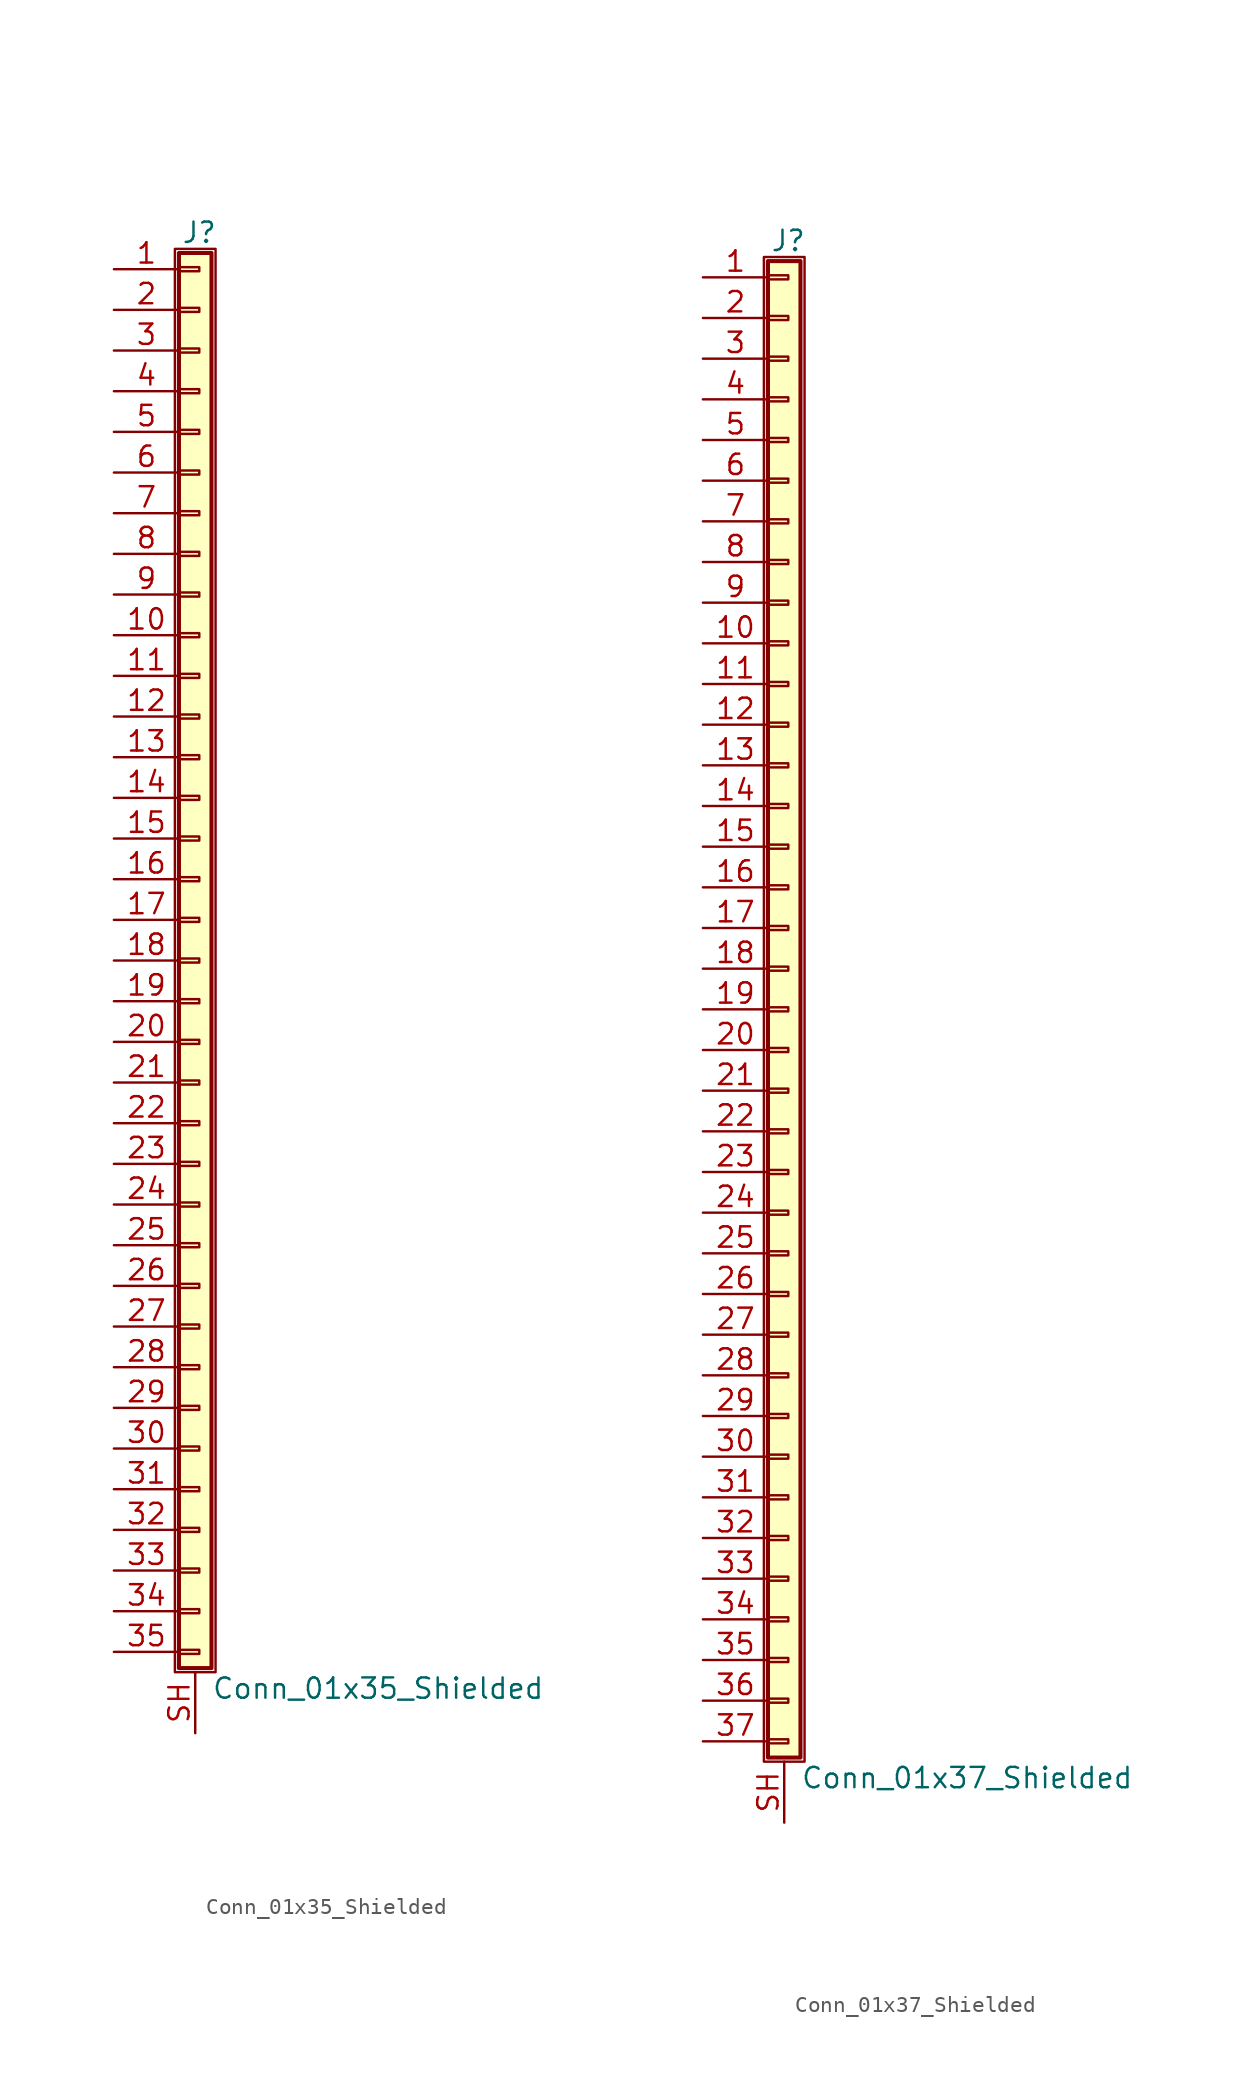
<source format=kicad_sym>
(kicad_symbol_lib
  (version 20220914)
  (generator kicad_symbol_editor)
  (symbol "Conn_01x35_Shielded"
    (pin_names
      (offset 1.016) hide)
    (property "Reference" "J"
      (at 0.254 45.466 0)
      (effects (font (size 1.27 1.27))))
    (property "Value" "Conn_01x35_Shielded"
      (at 1.016 -45.466 0)
      (effects (font (size 1.27 1.27)) (justify left)))
    (symbol "Conn_01x35_Shielded_1_1"
      (rectangle (start -1.27 44.45) (end 1.27 -44.45) (stroke (width 0.152) (type default)) (fill (type none)))
      (rectangle (start -1.016 -43.053) (end 0.254 -43.307) (stroke (width 0.152) (type default)) (fill (type none)))
      (rectangle (start -1.016 -40.513) (end 0.254 -40.767) (stroke (width 0.152) (type default)) (fill (type none)))
      (rectangle (start -1.016 -37.973) (end 0.254 -38.227) (stroke (width 0.152) (type default)) (fill (type none)))
      (rectangle (start -1.016 -35.433) (end 0.254 -35.687) (stroke (width 0.152) (type default)) (fill (type none)))
      (rectangle (start -1.016 -32.893) (end 0.254 -33.147) (stroke (width 0.152) (type default)) (fill (type none)))
      (rectangle (start -1.016 -30.353) (end 0.254 -30.607) (stroke (width 0.152) (type default)) (fill (type none)))
      (rectangle (start -1.016 -27.813) (end 0.254 -28.067) (stroke (width 0.152) (type default)) (fill (type none)))
      (rectangle (start -1.016 -25.273) (end 0.254 -25.527) (stroke (width 0.152) (type default)) (fill (type none)))
      (rectangle (start -1.016 -22.733) (end 0.254 -22.987) (stroke (width 0.152) (type default)) (fill (type none)))
      (rectangle (start -1.016 -20.193) (end 0.254 -20.447) (stroke (width 0.152) (type default)) (fill (type none)))
      (rectangle (start -1.016 -17.653) (end 0.254 -17.907) (stroke (width 0.152) (type default)) (fill (type none)))
      (rectangle (start -1.016 -15.113) (end 0.254 -15.367) (stroke (width 0.152) (type default)) (fill (type none)))
      (rectangle (start -1.016 -12.573) (end 0.254 -12.827) (stroke (width 0.152) (type default)) (fill (type none)))
      (rectangle (start -1.016 -10.033) (end 0.254 -10.287) (stroke (width 0.152) (type default)) (fill (type none)))
      (rectangle (start -1.016 -7.493) (end 0.254 -7.747) (stroke (width 0.152) (type default)) (fill (type none)))
      (rectangle (start -1.016 -4.953) (end 0.254 -5.207) (stroke (width 0.152) (type default)) (fill (type none)))
      (rectangle (start -1.016 -2.413) (end 0.254 -2.667) (stroke (width 0.152) (type default)) (fill (type none)))
      (rectangle (start -1.016 0.127) (end 0.254 -0.127) (stroke (width 0.152) (type default)) (fill (type none)))
      (rectangle (start -1.016 2.667) (end 0.254 2.413) (stroke (width 0.152) (type default)) (fill (type none)))
      (rectangle (start -1.016 5.207) (end 0.254 4.953) (stroke (width 0.152) (type default)) (fill (type none)))
      (rectangle (start -1.016 7.747) (end 0.254 7.493) (stroke (width 0.152) (type default)) (fill (type none)))
      (rectangle (start -1.016 10.287) (end 0.254 10.033) (stroke (width 0.152) (type default)) (fill (type none)))
      (rectangle (start -1.016 12.827) (end 0.254 12.573) (stroke (width 0.152) (type default)) (fill (type none)))
      (rectangle (start -1.016 15.367) (end 0.254 15.113) (stroke (width 0.152) (type default)) (fill (type none)))
      (rectangle (start -1.016 17.907) (end 0.254 17.653) (stroke (width 0.152) (type default)) (fill (type none)))
      (rectangle (start -1.016 20.447) (end 0.254 20.193) (stroke (width 0.152) (type default)) (fill (type none)))
      (rectangle (start -1.016 22.987) (end 0.254 22.733) (stroke (width 0.152) (type default)) (fill (type none)))
      (rectangle (start -1.016 25.527) (end 0.254 25.273) (stroke (width 0.152) (type default)) (fill (type none)))
      (rectangle (start -1.016 28.067) (end 0.254 27.813) (stroke (width 0.152) (type default)) (fill (type none)))
      (rectangle (start -1.016 30.607) (end 0.254 30.353) (stroke (width 0.152) (type default)) (fill (type none)))
      (rectangle (start -1.016 33.147) (end 0.254 32.893) (stroke (width 0.152) (type default)) (fill (type none)))
      (rectangle (start -1.016 35.687) (end 0.254 35.433) (stroke (width 0.152) (type default)) (fill (type none)))
      (rectangle (start -1.016 38.227) (end 0.254 37.973) (stroke (width 0.152) (type default)) (fill (type none)))
      (rectangle (start -1.016 40.767) (end 0.254 40.513) (stroke (width 0.152) (type default)) (fill (type none)))
      (rectangle (start -1.016 43.307) (end 0.254 43.053) (stroke (width 0.152) (type default)) (fill (type none)))
      (rectangle (start -1.016 44.196) (end 1.016 -44.196) (stroke (width 0.254) (type default)) (fill (type background)))
      (pin passive line (at -5.08 43.18 0) (length 4.064) (name "Pin_1" (effects (font (size 1.27 1.27)))) (number "1" (effects (font (size 1.27 1.27)))))
      (pin passive line (at -5.08 20.32 0) (length 4.064) (name "Pin_10" (effects (font (size 1.27 1.27)))) (number "10" (effects (font (size 1.27 1.27)))))
      (pin passive line (at -5.08 17.78 0) (length 4.064) (name "Pin_11" (effects (font (size 1.27 1.27)))) (number "11" (effects (font (size 1.27 1.27)))))
      (pin passive line (at -5.08 15.24 0) (length 4.064) (name "Pin_12" (effects (font (size 1.27 1.27)))) (number "12" (effects (font (size 1.27 1.27)))))
      (pin passive line (at -5.08 12.7 0) (length 4.064) (name "Pin_13" (effects (font (size 1.27 1.27)))) (number "13" (effects (font (size 1.27 1.27)))))
      (pin passive line (at -5.08 10.16 0) (length 4.064) (name "Pin_14" (effects (font (size 1.27 1.27)))) (number "14" (effects (font (size 1.27 1.27)))))
      (pin passive line (at -5.08 7.62 0) (length 4.064) (name "Pin_15" (effects (font (size 1.27 1.27)))) (number "15" (effects (font (size 1.27 1.27)))))
      (pin passive line (at -5.08 5.08 0) (length 4.064) (name "Pin_16" (effects (font (size 1.27 1.27)))) (number "16" (effects (font (size 1.27 1.27)))))
      (pin passive line (at -5.08 2.54 0) (length 4.064) (name "Pin_17" (effects (font (size 1.27 1.27)))) (number "17" (effects (font (size 1.27 1.27)))))
      (pin passive line (at -5.08 0 0) (length 4.064) (name "Pin_18" (effects (font (size 1.27 1.27)))) (number "18" (effects (font (size 1.27 1.27)))))
      (pin passive line (at -5.08 -2.54 0) (length 4.064) (name "Pin_19" (effects (font (size 1.27 1.27)))) (number "19" (effects (font (size 1.27 1.27)))))
      (pin passive line (at -5.08 40.64 0) (length 4.064) (name "Pin_2" (effects (font (size 1.27 1.27)))) (number "2" (effects (font (size 1.27 1.27)))))
      (pin passive line (at -5.08 -5.08 0) (length 4.064) (name "Pin_20" (effects (font (size 1.27 1.27)))) (number "20" (effects (font (size 1.27 1.27)))))
      (pin passive line (at -5.08 -7.62 0) (length 4.064) (name "Pin_21" (effects (font (size 1.27 1.27)))) (number "21" (effects (font (size 1.27 1.27)))))
      (pin passive line (at -5.08 -10.16 0) (length 4.064) (name "Pin_22" (effects (font (size 1.27 1.27)))) (number "22" (effects (font (size 1.27 1.27)))))
      (pin passive line (at -5.08 -12.7 0) (length 4.064) (name "Pin_23" (effects (font (size 1.27 1.27)))) (number "23" (effects (font (size 1.27 1.27)))))
      (pin passive line (at -5.08 -15.24 0) (length 4.064) (name "Pin_24" (effects (font (size 1.27 1.27)))) (number "24" (effects (font (size 1.27 1.27)))))
      (pin passive line (at -5.08 -17.78 0) (length 4.064) (name "Pin_25" (effects (font (size 1.27 1.27)))) (number "25" (effects (font (size 1.27 1.27)))))
      (pin passive line (at -5.08 -20.32 0) (length 4.064) (name "Pin_26" (effects (font (size 1.27 1.27)))) (number "26" (effects (font (size 1.27 1.27)))))
      (pin passive line (at -5.08 -22.86 0) (length 4.064) (name "Pin_27" (effects (font (size 1.27 1.27)))) (number "27" (effects (font (size 1.27 1.27)))))
      (pin passive line (at -5.08 -25.4 0) (length 4.064) (name "Pin_28" (effects (font (size 1.27 1.27)))) (number "28" (effects (font (size 1.27 1.27)))))
      (pin passive line (at -5.08 -27.94 0) (length 4.064) (name "Pin_29" (effects (font (size 1.27 1.27)))) (number "29" (effects (font (size 1.27 1.27)))))
      (pin passive line (at -5.08 38.1 0) (length 4.064) (name "Pin_3" (effects (font (size 1.27 1.27)))) (number "3" (effects (font (size 1.27 1.27)))))
      (pin passive line (at -5.08 -30.48 0) (length 4.064) (name "Pin_30" (effects (font (size 1.27 1.27)))) (number "30" (effects (font (size 1.27 1.27)))))
      (pin passive line (at -5.08 -33.02 0) (length 4.064) (name "Pin_31" (effects (font (size 1.27 1.27)))) (number "31" (effects (font (size 1.27 1.27)))))
      (pin passive line (at -5.08 -35.56 0) (length 4.064) (name "Pin_32" (effects (font (size 1.27 1.27)))) (number "32" (effects (font (size 1.27 1.27)))))
      (pin passive line (at -5.08 -38.1 0) (length 4.064) (name "Pin_33" (effects (font (size 1.27 1.27)))) (number "33" (effects (font (size 1.27 1.27)))))
      (pin passive line (at -5.08 -40.64 0) (length 4.064) (name "Pin_34" (effects (font (size 1.27 1.27)))) (number "34" (effects (font (size 1.27 1.27)))))
      (pin passive line (at -5.08 -43.18 0) (length 4.064) (name "Pin_35" (effects (font (size 1.27 1.27)))) (number "35" (effects (font (size 1.27 1.27)))))
      (pin passive line (at -5.08 35.56 0) (length 4.064) (name "Pin_4" (effects (font (size 1.27 1.27)))) (number "4" (effects (font (size 1.27 1.27)))))
      (pin passive line (at -5.08 33.02 0) (length 4.064) (name "Pin_5" (effects (font (size 1.27 1.27)))) (number "5" (effects (font (size 1.27 1.27)))))
      (pin passive line (at -5.08 30.48 0) (length 4.064) (name "Pin_6" (effects (font (size 1.27 1.27)))) (number "6" (effects (font (size 1.27 1.27)))))
      (pin passive line (at -5.08 27.94 0) (length 4.064) (name "Pin_7" (effects (font (size 1.27 1.27)))) (number "7" (effects (font (size 1.27 1.27)))))
      (pin passive line (at -5.08 25.4 0) (length 4.064) (name "Pin_8" (effects (font (size 1.27 1.27)))) (number "8" (effects (font (size 1.27 1.27)))))
      (pin passive line (at -5.08 22.86 0) (length 4.064) (name "Pin_9" (effects (font (size 1.27 1.27)))) (number "9" (effects (font (size 1.27 1.27)))))
      (pin passive line (at 0 -48.26 90) (length 3.81) (name "Shield" (effects (font (size 1.27 1.27)))) (number "SH" (effects (font (size 1.27 1.27)))))))
  (symbol "Conn_01x37_Shielded"
    (pin_names
      (offset 1.016) hide)
    (property "Reference" "J"
      (at 0.254 48.006 0)
      (effects (font (size 1.27 1.27))))
    (property "Value" "Conn_01x37_Shielded"
      (at 1.016 -48.006 0)
      (effects (font (size 1.27 1.27)) (justify left)))
    (symbol "Conn_01x37_Shielded_1_1"
      (rectangle (start -1.27 46.99) (end 1.27 -46.99) (stroke (width 0.152) (type default)) (fill (type none)))
      (rectangle (start -1.016 -45.593) (end 0.254 -45.847) (stroke (width 0.152) (type default)) (fill (type none)))
      (rectangle (start -1.016 -43.053) (end 0.254 -43.307) (stroke (width 0.152) (type default)) (fill (type none)))
      (rectangle (start -1.016 -40.513) (end 0.254 -40.767) (stroke (width 0.152) (type default)) (fill (type none)))
      (rectangle (start -1.016 -37.973) (end 0.254 -38.227) (stroke (width 0.152) (type default)) (fill (type none)))
      (rectangle (start -1.016 -35.433) (end 0.254 -35.687) (stroke (width 0.152) (type default)) (fill (type none)))
      (rectangle (start -1.016 -32.893) (end 0.254 -33.147) (stroke (width 0.152) (type default)) (fill (type none)))
      (rectangle (start -1.016 -30.353) (end 0.254 -30.607) (stroke (width 0.152) (type default)) (fill (type none)))
      (rectangle (start -1.016 -27.813) (end 0.254 -28.067) (stroke (width 0.152) (type default)) (fill (type none)))
      (rectangle (start -1.016 -25.273) (end 0.254 -25.527) (stroke (width 0.152) (type default)) (fill (type none)))
      (rectangle (start -1.016 -22.733) (end 0.254 -22.987) (stroke (width 0.152) (type default)) (fill (type none)))
      (rectangle (start -1.016 -20.193) (end 0.254 -20.447) (stroke (width 0.152) (type default)) (fill (type none)))
      (rectangle (start -1.016 -17.653) (end 0.254 -17.907) (stroke (width 0.152) (type default)) (fill (type none)))
      (rectangle (start -1.016 -15.113) (end 0.254 -15.367) (stroke (width 0.152) (type default)) (fill (type none)))
      (rectangle (start -1.016 -12.573) (end 0.254 -12.827) (stroke (width 0.152) (type default)) (fill (type none)))
      (rectangle (start -1.016 -10.033) (end 0.254 -10.287) (stroke (width 0.152) (type default)) (fill (type none)))
      (rectangle (start -1.016 -7.493) (end 0.254 -7.747) (stroke (width 0.152) (type default)) (fill (type none)))
      (rectangle (start -1.016 -4.953) (end 0.254 -5.207) (stroke (width 0.152) (type default)) (fill (type none)))
      (rectangle (start -1.016 -2.413) (end 0.254 -2.667) (stroke (width 0.152) (type default)) (fill (type none)))
      (rectangle (start -1.016 0.127) (end 0.254 -0.127) (stroke (width 0.152) (type default)) (fill (type none)))
      (rectangle (start -1.016 2.667) (end 0.254 2.413) (stroke (width 0.152) (type default)) (fill (type none)))
      (rectangle (start -1.016 5.207) (end 0.254 4.953) (stroke (width 0.152) (type default)) (fill (type none)))
      (rectangle (start -1.016 7.747) (end 0.254 7.493) (stroke (width 0.152) (type default)) (fill (type none)))
      (rectangle (start -1.016 10.287) (end 0.254 10.033) (stroke (width 0.152) (type default)) (fill (type none)))
      (rectangle (start -1.016 12.827) (end 0.254 12.573) (stroke (width 0.152) (type default)) (fill (type none)))
      (rectangle (start -1.016 15.367) (end 0.254 15.113) (stroke (width 0.152) (type default)) (fill (type none)))
      (rectangle (start -1.016 17.907) (end 0.254 17.653) (stroke (width 0.152) (type default)) (fill (type none)))
      (rectangle (start -1.016 20.447) (end 0.254 20.193) (stroke (width 0.152) (type default)) (fill (type none)))
      (rectangle (start -1.016 22.987) (end 0.254 22.733) (stroke (width 0.152) (type default)) (fill (type none)))
      (rectangle (start -1.016 25.527) (end 0.254 25.273) (stroke (width 0.152) (type default)) (fill (type none)))
      (rectangle (start -1.016 28.067) (end 0.254 27.813) (stroke (width 0.152) (type default)) (fill (type none)))
      (rectangle (start -1.016 30.607) (end 0.254 30.353) (stroke (width 0.152) (type default)) (fill (type none)))
      (rectangle (start -1.016 33.147) (end 0.254 32.893) (stroke (width 0.152) (type default)) (fill (type none)))
      (rectangle (start -1.016 35.687) (end 0.254 35.433) (stroke (width 0.152) (type default)) (fill (type none)))
      (rectangle (start -1.016 38.227) (end 0.254 37.973) (stroke (width 0.152) (type default)) (fill (type none)))
      (rectangle (start -1.016 40.767) (end 0.254 40.513) (stroke (width 0.152) (type default)) (fill (type none)))
      (rectangle (start -1.016 43.307) (end 0.254 43.053) (stroke (width 0.152) (type default)) (fill (type none)))
      (rectangle (start -1.016 45.847) (end 0.254 45.593) (stroke (width 0.152) (type default)) (fill (type none)))
      (rectangle (start -1.016 46.736) (end 1.016 -46.736) (stroke (width 0.254) (type default)) (fill (type background)))
      (pin passive line (at -5.08 45.72 0) (length 4.064) (name "Pin_1" (effects (font (size 1.27 1.27)))) (number "1" (effects (font (size 1.27 1.27)))))
      (pin passive line (at -5.08 22.86 0) (length 4.064) (name "Pin_10" (effects (font (size 1.27 1.27)))) (number "10" (effects (font (size 1.27 1.27)))))
      (pin passive line (at -5.08 20.32 0) (length 4.064) (name "Pin_11" (effects (font (size 1.27 1.27)))) (number "11" (effects (font (size 1.27 1.27)))))
      (pin passive line (at -5.08 17.78 0) (length 4.064) (name "Pin_12" (effects (font (size 1.27 1.27)))) (number "12" (effects (font (size 1.27 1.27)))))
      (pin passive line (at -5.08 15.24 0) (length 4.064) (name "Pin_13" (effects (font (size 1.27 1.27)))) (number "13" (effects (font (size 1.27 1.27)))))
      (pin passive line (at -5.08 12.7 0) (length 4.064) (name "Pin_14" (effects (font (size 1.27 1.27)))) (number "14" (effects (font (size 1.27 1.27)))))
      (pin passive line (at -5.08 10.16 0) (length 4.064) (name "Pin_15" (effects (font (size 1.27 1.27)))) (number "15" (effects (font (size 1.27 1.27)))))
      (pin passive line (at -5.08 7.62 0) (length 4.064) (name "Pin_16" (effects (font (size 1.27 1.27)))) (number "16" (effects (font (size 1.27 1.27)))))
      (pin passive line (at -5.08 5.08 0) (length 4.064) (name "Pin_17" (effects (font (size 1.27 1.27)))) (number "17" (effects (font (size 1.27 1.27)))))
      (pin passive line (at -5.08 2.54 0) (length 4.064) (name "Pin_18" (effects (font (size 1.27 1.27)))) (number "18" (effects (font (size 1.27 1.27)))))
      (pin passive line (at -5.08 0 0) (length 4.064) (name "Pin_19" (effects (font (size 1.27 1.27)))) (number "19" (effects (font (size 1.27 1.27)))))
      (pin passive line (at -5.08 43.18 0) (length 4.064) (name "Pin_2" (effects (font (size 1.27 1.27)))) (number "2" (effects (font (size 1.27 1.27)))))
      (pin passive line (at -5.08 -2.54 0) (length 4.064) (name "Pin_20" (effects (font (size 1.27 1.27)))) (number "20" (effects (font (size 1.27 1.27)))))
      (pin passive line (at -5.08 -5.08 0) (length 4.064) (name "Pin_21" (effects (font (size 1.27 1.27)))) (number "21" (effects (font (size 1.27 1.27)))))
      (pin passive line (at -5.08 -7.62 0) (length 4.064) (name "Pin_22" (effects (font (size 1.27 1.27)))) (number "22" (effects (font (size 1.27 1.27)))))
      (pin passive line (at -5.08 -10.16 0) (length 4.064) (name "Pin_23" (effects (font (size 1.27 1.27)))) (number "23" (effects (font (size 1.27 1.27)))))
      (pin passive line (at -5.08 -12.7 0) (length 4.064) (name "Pin_24" (effects (font (size 1.27 1.27)))) (number "24" (effects (font (size 1.27 1.27)))))
      (pin passive line (at -5.08 -15.24 0) (length 4.064) (name "Pin_25" (effects (font (size 1.27 1.27)))) (number "25" (effects (font (size 1.27 1.27)))))
      (pin passive line (at -5.08 -17.78 0) (length 4.064) (name "Pin_26" (effects (font (size 1.27 1.27)))) (number "26" (effects (font (size 1.27 1.27)))))
      (pin passive line (at -5.08 -20.32 0) (length 4.064) (name "Pin_27" (effects (font (size 1.27 1.27)))) (number "27" (effects (font (size 1.27 1.27)))))
      (pin passive line (at -5.08 -22.86 0) (length 4.064) (name "Pin_28" (effects (font (size 1.27 1.27)))) (number "28" (effects (font (size 1.27 1.27)))))
      (pin passive line (at -5.08 -25.4 0) (length 4.064) (name "Pin_29" (effects (font (size 1.27 1.27)))) (number "29" (effects (font (size 1.27 1.27)))))
      (pin passive line (at -5.08 40.64 0) (length 4.064) (name "Pin_3" (effects (font (size 1.27 1.27)))) (number "3" (effects (font (size 1.27 1.27)))))
      (pin passive line (at -5.08 -27.94 0) (length 4.064) (name "Pin_30" (effects (font (size 1.27 1.27)))) (number "30" (effects (font (size 1.27 1.27)))))
      (pin passive line (at -5.08 -30.48 0) (length 4.064) (name "Pin_31" (effects (font (size 1.27 1.27)))) (number "31" (effects (font (size 1.27 1.27)))))
      (pin passive line (at -5.08 -33.02 0) (length 4.064) (name "Pin_32" (effects (font (size 1.27 1.27)))) (number "32" (effects (font (size 1.27 1.27)))))
      (pin passive line (at -5.08 -35.56 0) (length 4.064) (name "Pin_33" (effects (font (size 1.27 1.27)))) (number "33" (effects (font (size 1.27 1.27)))))
      (pin passive line (at -5.08 -38.1 0) (length 4.064) (name "Pin_34" (effects (font (size 1.27 1.27)))) (number "34" (effects (font (size 1.27 1.27)))))
      (pin passive line (at -5.08 -40.64 0) (length 4.064) (name "Pin_35" (effects (font (size 1.27 1.27)))) (number "35" (effects (font (size 1.27 1.27)))))
      (pin passive line (at -5.08 -43.18 0) (length 4.064) (name "Pin_36" (effects (font (size 1.27 1.27)))) (number "36" (effects (font (size 1.27 1.27)))))
      (pin passive line (at -5.08 -45.72 0) (length 4.064) (name "Pin_37" (effects (font (size 1.27 1.27)))) (number "37" (effects (font (size 1.27 1.27)))))
      (pin passive line (at -5.08 38.1 0) (length 4.064) (name "Pin_4" (effects (font (size 1.27 1.27)))) (number "4" (effects (font (size 1.27 1.27)))))
      (pin passive line (at -5.08 35.56 0) (length 4.064) (name "Pin_5" (effects (font (size 1.27 1.27)))) (number "5" (effects (font (size 1.27 1.27)))))
      (pin passive line (at -5.08 33.02 0) (length 4.064) (name "Pin_6" (effects (font (size 1.27 1.27)))) (number "6" (effects (font (size 1.27 1.27)))))
      (pin passive line (at -5.08 30.48 0) (length 4.064) (name "Pin_7" (effects (font (size 1.27 1.27)))) (number "7" (effects (font (size 1.27 1.27)))))
      (pin passive line (at -5.08 27.94 0) (length 4.064) (name "Pin_8" (effects (font (size 1.27 1.27)))) (number "8" (effects (font (size 1.27 1.27)))))
      (pin passive line (at -5.08 25.4 0) (length 4.064) (name "Pin_9" (effects (font (size 1.27 1.27)))) (number "9" (effects (font (size 1.27 1.27)))))
      (pin passive line (at 0 -50.8 90) (length 3.81) (name "Shield" (effects (font (size 1.27 1.27)))) (number "SH" (effects (font (size 1.27 1.27))))))))
</source>
